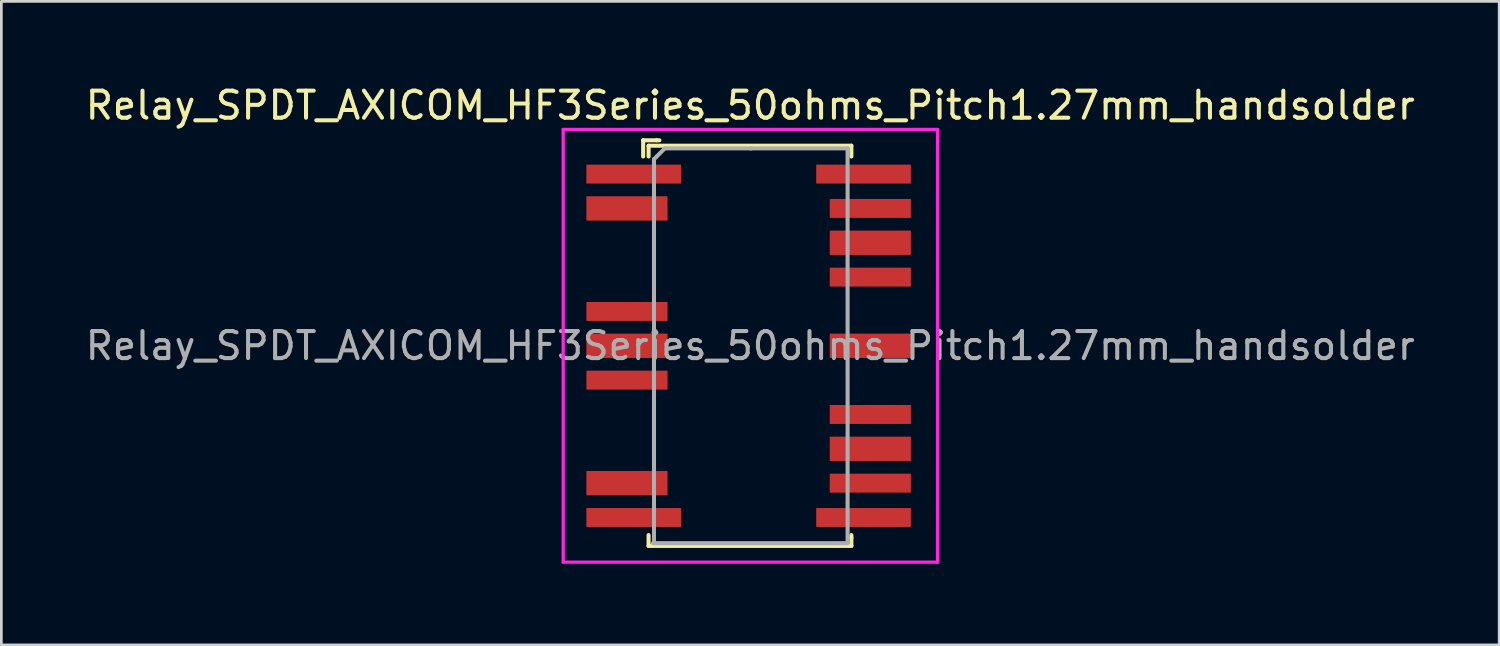
<source format=kicad_pcb>
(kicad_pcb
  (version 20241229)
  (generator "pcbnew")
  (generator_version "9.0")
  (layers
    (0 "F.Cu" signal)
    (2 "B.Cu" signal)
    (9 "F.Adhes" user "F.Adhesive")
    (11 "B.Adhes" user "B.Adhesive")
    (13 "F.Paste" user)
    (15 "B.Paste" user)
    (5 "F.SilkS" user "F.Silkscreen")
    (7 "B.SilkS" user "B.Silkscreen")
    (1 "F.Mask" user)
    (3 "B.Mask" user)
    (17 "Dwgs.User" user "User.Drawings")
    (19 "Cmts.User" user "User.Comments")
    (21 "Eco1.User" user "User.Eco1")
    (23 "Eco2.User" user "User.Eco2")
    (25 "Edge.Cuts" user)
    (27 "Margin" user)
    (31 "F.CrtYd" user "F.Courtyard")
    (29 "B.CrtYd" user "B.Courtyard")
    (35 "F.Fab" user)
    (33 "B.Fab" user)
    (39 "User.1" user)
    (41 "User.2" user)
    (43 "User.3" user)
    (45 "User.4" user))
  (footprint "Relay_SPDT_AXICOM_HF3Series_50ohms_Pitch1.27mm_handsolder"
    (layer "F.Cu")
    (at 24.636 9.738)
    (property "Reference" "Relay_SPDT_AXICOM_HF3Series_50ohms_Pitch1.27mm_handsolder" (at 0.06 -8.89 0) (layer "F.SilkS") (effects (font (size 1 1) (thickness 0.15))))
    (attr smd)
    (fp_line (start -3.9 -7.6) (end -3.4 -7.6) (stroke (width 0.15) (type solid)) (layer "F.SilkS"))
    (fp_line (start -3.9 -7) (end -3.9 -7.6) (stroke (width 0.15) (type solid)) (layer "F.SilkS"))
    (fp_line (start -3.7 -7.4) (end -3.7 -7) (stroke (width 0.15) (type solid)) (layer "F.SilkS"))
    (fp_line (start -3.7 7.4) (end -3.7 7) (stroke (width 0.15) (type solid)) (layer "F.SilkS"))
    (fp_line (start -3.4 -7.6) (end -3.3 -7.6) (stroke (width 0.15) (type solid)) (layer "F.SilkS"))
    (fp_line (start 3.8 -7.4) (end -3.7 -7.4) (stroke (width 0.15) (type solid)) (layer "F.SilkS"))
    (fp_line (start 3.8 -7) (end 3.8 -7.4) (stroke (width 0.15) (type solid)) (layer "F.SilkS"))
    (fp_line (start 3.8 7.1) (end 3.8 7) (stroke (width 0.15) (type solid)) (layer "F.SilkS"))
    (fp_line (start 3.8 7.1) (end 3.8 7.4) (stroke (width 0.15) (type solid)) (layer "F.SilkS"))
    (fp_line (start 3.8 7.4) (end -3.7 7.4) (stroke (width 0.15) (type solid)) (layer "F.SilkS"))
    (fp_line (start -6.858 -8.001) (end -6.858 8.001) (stroke (width 0.12) (type solid)) (layer "F.CrtYd"))
    (fp_line (start -6.858 8.001) (end 6.985 8.001) (stroke (width 0.12) (type solid)) (layer "F.CrtYd"))
    (fp_line (start 6.985 -8.001) (end -6.858 -8.001) (stroke (width 0.12) (type solid)) (layer "F.CrtYd"))
    (fp_line (start 6.985 8.001) (end 6.985 -8.001) (stroke (width 0.12) (type solid)) (layer "F.CrtYd"))
    (fp_line (start -3.5 -6.9) (end -3.1 -7.3) (stroke (width 0.15) (type solid)) (layer "F.Fab"))
    (fp_line (start -3.5 7.3) (end -3.5 -6.9) (stroke (width 0.15) (type solid)) (layer "F.Fab"))
    (fp_line (start -3.1 -7.3) (end 0.1 -7.3) (stroke (width 0.15) (type solid)) (layer "F.Fab"))
    (fp_line (start 0.06 -7.3) (end 3.66 -7.3) (stroke (width 0.15) (type solid)) (layer "F.Fab"))
    (fp_line (start 3.66 -7.3) (end 3.66 7.3) (stroke (width 0.15) (type solid)) (layer "F.Fab"))
    (fp_line (start 3.66 7.3) (end -3.54 7.3) (stroke (width 0.15) (type solid)) (layer "F.Fab"))
    (fp_text user "${REFERENCE}" (at 0.06 0 0) (layer "F.Fab") (effects (font (size 1 1) (thickness 0.15))))
    (pad "1" smd rect (at -4.25 -6.35) (size 3.5 0.7) (layers "F.Cu" "F.Mask" "F.Paste"))
    (pad "2" smd rect (at -4.5 -5.08) (size 3 0.9) (layers "F.Cu" "F.Mask" "F.Paste"))
    (pad "5" smd rect (at -4.5 -1.27) (size 3 0.7) (layers "F.Cu" "F.Mask" "F.Paste"))
    (pad "6" smd rect (at -4.5 0) (size 3 0.9) (layers "F.Cu" "F.Mask" "F.Paste"))
    (pad "7" smd rect (at -4.5 1.27) (size 3 0.7) (layers "F.Cu" "F.Mask" "F.Paste"))
    (pad "10" smd rect (at -4.5 5.08) (size 3 0.9) (layers "F.Cu" "F.Mask" "F.Paste"))
    (pad "11" smd rect (at -4.25 6.35) (size 3.5 0.7) (layers "F.Cu" "F.Mask" "F.Paste"))
    (pad "12" smd rect (at 4.25 6.35) (size 3.5 0.7) (layers "F.Cu" "F.Mask" "F.Paste"))
    (pad "13" smd rect (at 4.5 5.08) (size 3 0.7) (layers "F.Cu" "F.Mask" "F.Paste"))
    (pad "14" smd rect (at 4.5 3.81) (size 3 0.9) (layers "F.Cu" "F.Mask" "F.Paste"))
    (pad "15" smd rect (at 4.5 2.54) (size 3 0.7) (layers "F.Cu" "F.Mask" "F.Paste"))
    (pad "17" smd rect (at 4.5 0) (size 3 0.9) (layers "F.Cu" "F.Mask" "F.Paste"))
    (pad "19" smd rect (at 4.5 -2.54) (size 3 0.7) (layers "F.Cu" "F.Mask" "F.Paste"))
    (pad "20" smd rect (at 4.5 -3.81) (size 3 0.9) (layers "F.Cu" "F.Mask" "F.Paste"))
    (pad "21" smd rect (at 4.5 -5.08) (size 3 0.7) (layers "F.Cu" "F.Mask" "F.Paste"))
    (pad "22" smd rect (at 4.25 -6.35) (size 3.5 0.7) (layers "F.Cu" "F.Mask" "F.Paste")))
  (gr_rect
    (start -3 -3)
    (end 52.393 20.799)
    (stroke (width 0.1) (type default))
    (fill no)
    (layer "Edge.Cuts")))
</source>
